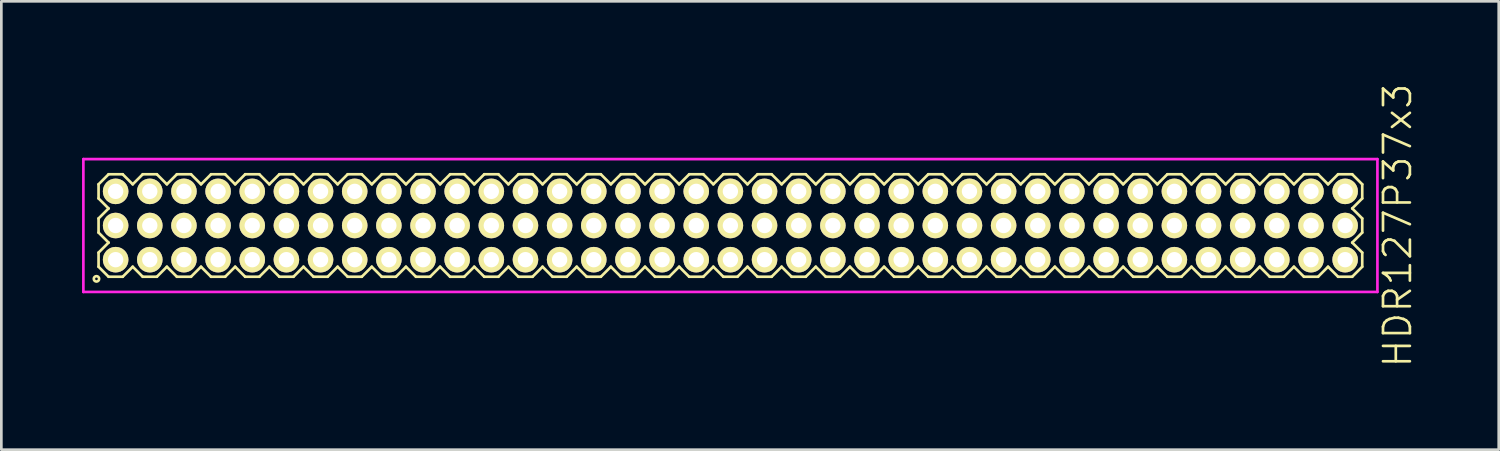
<source format=kicad_pcb>
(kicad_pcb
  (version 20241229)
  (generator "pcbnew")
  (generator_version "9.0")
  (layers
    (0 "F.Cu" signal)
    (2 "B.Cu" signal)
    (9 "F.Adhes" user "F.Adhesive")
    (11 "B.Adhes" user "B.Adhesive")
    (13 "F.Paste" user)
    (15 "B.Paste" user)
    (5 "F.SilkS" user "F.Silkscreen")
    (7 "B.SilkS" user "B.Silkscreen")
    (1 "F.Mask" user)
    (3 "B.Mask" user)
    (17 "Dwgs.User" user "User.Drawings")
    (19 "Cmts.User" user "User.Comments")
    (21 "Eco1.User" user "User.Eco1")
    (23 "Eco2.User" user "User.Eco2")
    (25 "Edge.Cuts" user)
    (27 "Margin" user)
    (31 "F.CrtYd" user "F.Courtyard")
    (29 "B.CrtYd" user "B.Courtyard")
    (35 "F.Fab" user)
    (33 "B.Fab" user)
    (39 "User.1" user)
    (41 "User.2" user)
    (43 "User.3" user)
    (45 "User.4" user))
  (footprint "HDR127P37x3"
    (layer "F.Cu")
    (at 24.11 5.336)
    (property "Reference" "HDR127P37x3" (at 24.81 0 90) (layer "F.SilkS") (effects (font (size 1 1) (thickness 0.1))))
    (attr through_hole)
    (fp_line (start -23.495 -1.533) (end -23.123 -1.905) (stroke (width 0.1) (type solid)) (layer "F.SilkS"))
    (fp_line (start -23.495 -1.007) (end -23.495 -1.533) (stroke (width 0.1) (type solid)) (layer "F.SilkS"))
    (fp_line (start -23.495 -0.263) (end -23.123 -0.635) (stroke (width 0.1) (type solid)) (layer "F.SilkS"))
    (fp_line (start -23.495 0.263) (end -23.495 -0.263) (stroke (width 0.1) (type solid)) (layer "F.SilkS"))
    (fp_line (start -23.495 1.007) (end -23.123 0.635) (stroke (width 0.1) (type solid)) (layer "F.SilkS"))
    (fp_line (start -23.495 1.533) (end -23.495 1.007) (stroke (width 0.1) (type solid)) (layer "F.SilkS"))
    (fp_line (start -23.123 -1.905) (end -22.597 -1.905) (stroke (width 0.1) (type solid)) (layer "F.SilkS"))
    (fp_line (start -23.123 -0.635) (end -23.495 -1.007) (stroke (width 0.1) (type solid)) (layer "F.SilkS"))
    (fp_line (start -23.123 0.635) (end -23.495 0.263) (stroke (width 0.1) (type solid)) (layer "F.SilkS"))
    (fp_line (start -23.123 1.905) (end -23.495 1.533) (stroke (width 0.1) (type solid)) (layer "F.SilkS"))
    (fp_line (start -22.597 -1.905) (end -22.225 -1.533) (stroke (width 0.1) (type solid)) (layer "F.SilkS"))
    (fp_line (start -22.597 1.905) (end -23.123 1.905) (stroke (width 0.1) (type solid)) (layer "F.SilkS"))
    (fp_line (start -22.225 -1.533) (end -21.853 -1.905) (stroke (width 0.1) (type solid)) (layer "F.SilkS"))
    (fp_line (start -22.225 1.533) (end -22.597 1.905) (stroke (width 0.1) (type solid)) (layer "F.SilkS"))
    (fp_line (start -21.853 -1.905) (end -21.327 -1.905) (stroke (width 0.1) (type solid)) (layer "F.SilkS"))
    (fp_line (start -21.853 1.905) (end -22.225 1.533) (stroke (width 0.1) (type solid)) (layer "F.SilkS"))
    (fp_line (start -21.327 -1.905) (end -20.955 -1.533) (stroke (width 0.1) (type solid)) (layer "F.SilkS"))
    (fp_line (start -21.327 1.905) (end -21.853 1.905) (stroke (width 0.1) (type solid)) (layer "F.SilkS"))
    (fp_line (start -20.955 -1.533) (end -20.583 -1.905) (stroke (width 0.1) (type solid)) (layer "F.SilkS"))
    (fp_line (start -20.955 1.533) (end -21.327 1.905) (stroke (width 0.1) (type solid)) (layer "F.SilkS"))
    (fp_line (start -20.583 -1.905) (end -20.057 -1.905) (stroke (width 0.1) (type solid)) (layer "F.SilkS"))
    (fp_line (start -20.583 1.905) (end -20.955 1.533) (stroke (width 0.1) (type solid)) (layer "F.SilkS"))
    (fp_line (start -20.057 -1.905) (end -19.685 -1.533) (stroke (width 0.1) (type solid)) (layer "F.SilkS"))
    (fp_line (start -20.057 1.905) (end -20.583 1.905) (stroke (width 0.1) (type solid)) (layer "F.SilkS"))
    (fp_line (start -19.685 -1.533) (end -19.313 -1.905) (stroke (width 0.1) (type solid)) (layer "F.SilkS"))
    (fp_line (start -19.685 1.533) (end -20.057 1.905) (stroke (width 0.1) (type solid)) (layer "F.SilkS"))
    (fp_line (start -19.313 -1.905) (end -18.787 -1.905) (stroke (width 0.1) (type solid)) (layer "F.SilkS"))
    (fp_line (start -19.313 1.905) (end -19.685 1.533) (stroke (width 0.1) (type solid)) (layer "F.SilkS"))
    (fp_line (start -18.787 -1.905) (end -18.415 -1.533) (stroke (width 0.1) (type solid)) (layer "F.SilkS"))
    (fp_line (start -18.787 1.905) (end -19.313 1.905) (stroke (width 0.1) (type solid)) (layer "F.SilkS"))
    (fp_line (start -18.415 -1.533) (end -18.043 -1.905) (stroke (width 0.1) (type solid)) (layer "F.SilkS"))
    (fp_line (start -18.415 1.533) (end -18.787 1.905) (stroke (width 0.1) (type solid)) (layer "F.SilkS"))
    (fp_line (start -18.043 -1.905) (end -17.517 -1.905) (stroke (width 0.1) (type solid)) (layer "F.SilkS"))
    (fp_line (start -18.043 1.905) (end -18.415 1.533) (stroke (width 0.1) (type solid)) (layer "F.SilkS"))
    (fp_line (start -17.517 -1.905) (end -17.145 -1.533) (stroke (width 0.1) (type solid)) (layer "F.SilkS"))
    (fp_line (start -17.517 1.905) (end -18.043 1.905) (stroke (width 0.1) (type solid)) (layer "F.SilkS"))
    (fp_line (start -17.145 -1.533) (end -16.773 -1.905) (stroke (width 0.1) (type solid)) (layer "F.SilkS"))
    (fp_line (start -17.145 1.533) (end -17.517 1.905) (stroke (width 0.1) (type solid)) (layer "F.SilkS"))
    (fp_line (start -16.773 -1.905) (end -16.247 -1.905) (stroke (width 0.1) (type solid)) (layer "F.SilkS"))
    (fp_line (start -16.773 1.905) (end -17.145 1.533) (stroke (width 0.1) (type solid)) (layer "F.SilkS"))
    (fp_line (start -16.247 -1.905) (end -15.875 -1.533) (stroke (width 0.1) (type solid)) (layer "F.SilkS"))
    (fp_line (start -16.247 1.905) (end -16.773 1.905) (stroke (width 0.1) (type solid)) (layer "F.SilkS"))
    (fp_line (start -15.875 -1.533) (end -15.503 -1.905) (stroke (width 0.1) (type solid)) (layer "F.SilkS"))
    (fp_line (start -15.875 1.533) (end -16.247 1.905) (stroke (width 0.1) (type solid)) (layer "F.SilkS"))
    (fp_line (start -15.503 -1.905) (end -14.977 -1.905) (stroke (width 0.1) (type solid)) (layer "F.SilkS"))
    (fp_line (start -15.503 1.905) (end -15.875 1.533) (stroke (width 0.1) (type solid)) (layer "F.SilkS"))
    (fp_line (start -14.977 -1.905) (end -14.605 -1.533) (stroke (width 0.1) (type solid)) (layer "F.SilkS"))
    (fp_line (start -14.977 1.905) (end -15.503 1.905) (stroke (width 0.1) (type solid)) (layer "F.SilkS"))
    (fp_line (start -14.605 -1.533) (end -14.233 -1.905) (stroke (width 0.1) (type solid)) (layer "F.SilkS"))
    (fp_line (start -14.605 1.533) (end -14.977 1.905) (stroke (width 0.1) (type solid)) (layer "F.SilkS"))
    (fp_line (start -14.233 -1.905) (end -13.707 -1.905) (stroke (width 0.1) (type solid)) (layer "F.SilkS"))
    (fp_line (start -14.233 1.905) (end -14.605 1.533) (stroke (width 0.1) (type solid)) (layer "F.SilkS"))
    (fp_line (start -13.707 -1.905) (end -13.335 -1.533) (stroke (width 0.1) (type solid)) (layer "F.SilkS"))
    (fp_line (start -13.707 1.905) (end -14.233 1.905) (stroke (width 0.1) (type solid)) (layer "F.SilkS"))
    (fp_line (start -13.335 -1.533) (end -12.963 -1.905) (stroke (width 0.1) (type solid)) (layer "F.SilkS"))
    (fp_line (start -13.335 1.533) (end -13.707 1.905) (stroke (width 0.1) (type solid)) (layer "F.SilkS"))
    (fp_line (start -12.963 -1.905) (end -12.437 -1.905) (stroke (width 0.1) (type solid)) (layer "F.SilkS"))
    (fp_line (start -12.963 1.905) (end -13.335 1.533) (stroke (width 0.1) (type solid)) (layer "F.SilkS"))
    (fp_line (start -12.437 -1.905) (end -12.065 -1.533) (stroke (width 0.1) (type solid)) (layer "F.SilkS"))
    (fp_line (start -12.437 1.905) (end -12.963 1.905) (stroke (width 0.1) (type solid)) (layer "F.SilkS"))
    (fp_line (start -12.065 -1.533) (end -11.693 -1.905) (stroke (width 0.1) (type solid)) (layer "F.SilkS"))
    (fp_line (start -12.065 1.533) (end -12.437 1.905) (stroke (width 0.1) (type solid)) (layer "F.SilkS"))
    (fp_line (start -11.693 -1.905) (end -11.167 -1.905) (stroke (width 0.1) (type solid)) (layer "F.SilkS"))
    (fp_line (start -11.693 1.905) (end -12.065 1.533) (stroke (width 0.1) (type solid)) (layer "F.SilkS"))
    (fp_line (start -11.167 -1.905) (end -10.795 -1.533) (stroke (width 0.1) (type solid)) (layer "F.SilkS"))
    (fp_line (start -11.167 1.905) (end -11.693 1.905) (stroke (width 0.1) (type solid)) (layer "F.SilkS"))
    (fp_line (start -10.795 -1.533) (end -10.423 -1.905) (stroke (width 0.1) (type solid)) (layer "F.SilkS"))
    (fp_line (start -10.795 1.533) (end -11.167 1.905) (stroke (width 0.1) (type solid)) (layer "F.SilkS"))
    (fp_line (start -10.423 -1.905) (end -9.897 -1.905) (stroke (width 0.1) (type solid)) (layer "F.SilkS"))
    (fp_line (start -10.423 1.905) (end -10.795 1.533) (stroke (width 0.1) (type solid)) (layer "F.SilkS"))
    (fp_line (start -9.897 -1.905) (end -9.525 -1.533) (stroke (width 0.1) (type solid)) (layer "F.SilkS"))
    (fp_line (start -9.897 1.905) (end -10.423 1.905) (stroke (width 0.1) (type solid)) (layer "F.SilkS"))
    (fp_line (start -9.525 -1.533) (end -9.153 -1.905) (stroke (width 0.1) (type solid)) (layer "F.SilkS"))
    (fp_line (start -9.525 1.533) (end -9.897 1.905) (stroke (width 0.1) (type solid)) (layer "F.SilkS"))
    (fp_line (start -9.153 -1.905) (end -8.627 -1.905) (stroke (width 0.1) (type solid)) (layer "F.SilkS"))
    (fp_line (start -9.153 1.905) (end -9.525 1.533) (stroke (width 0.1) (type solid)) (layer "F.SilkS"))
    (fp_line (start -8.627 -1.905) (end -8.255 -1.533) (stroke (width 0.1) (type solid)) (layer "F.SilkS"))
    (fp_line (start -8.627 1.905) (end -9.153 1.905) (stroke (width 0.1) (type solid)) (layer "F.SilkS"))
    (fp_line (start -8.255 -1.533) (end -7.883 -1.905) (stroke (width 0.1) (type solid)) (layer "F.SilkS"))
    (fp_line (start -8.255 1.533) (end -8.627 1.905) (stroke (width 0.1) (type solid)) (layer "F.SilkS"))
    (fp_line (start -7.883 -1.905) (end -7.357 -1.905) (stroke (width 0.1) (type solid)) (layer "F.SilkS"))
    (fp_line (start -7.883 1.905) (end -8.255 1.533) (stroke (width 0.1) (type solid)) (layer "F.SilkS"))
    (fp_line (start -7.357 -1.905) (end -6.985 -1.533) (stroke (width 0.1) (type solid)) (layer "F.SilkS"))
    (fp_line (start -7.357 1.905) (end -7.883 1.905) (stroke (width 0.1) (type solid)) (layer "F.SilkS"))
    (fp_line (start -6.985 -1.533) (end -6.613 -1.905) (stroke (width 0.1) (type solid)) (layer "F.SilkS"))
    (fp_line (start -6.985 1.533) (end -7.357 1.905) (stroke (width 0.1) (type solid)) (layer "F.SilkS"))
    (fp_line (start -6.613 -1.905) (end -6.087 -1.905) (stroke (width 0.1) (type solid)) (layer "F.SilkS"))
    (fp_line (start -6.613 1.905) (end -6.985 1.533) (stroke (width 0.1) (type solid)) (layer "F.SilkS"))
    (fp_line (start -6.087 -1.905) (end -5.715 -1.533) (stroke (width 0.1) (type solid)) (layer "F.SilkS"))
    (fp_line (start -6.087 1.905) (end -6.613 1.905) (stroke (width 0.1) (type solid)) (layer "F.SilkS"))
    (fp_line (start -5.715 -1.533) (end -5.343 -1.905) (stroke (width 0.1) (type solid)) (layer "F.SilkS"))
    (fp_line (start -5.715 1.533) (end -6.087 1.905) (stroke (width 0.1) (type solid)) (layer "F.SilkS"))
    (fp_line (start -5.343 -1.905) (end -4.817 -1.905) (stroke (width 0.1) (type solid)) (layer "F.SilkS"))
    (fp_line (start -5.343 1.905) (end -5.715 1.533) (stroke (width 0.1) (type solid)) (layer "F.SilkS"))
    (fp_line (start -4.817 -1.905) (end -4.445 -1.533) (stroke (width 0.1) (type solid)) (layer "F.SilkS"))
    (fp_line (start -4.817 1.905) (end -5.343 1.905) (stroke (width 0.1) (type solid)) (layer "F.SilkS"))
    (fp_line (start -4.445 -1.533) (end -4.073 -1.905) (stroke (width 0.1) (type solid)) (layer "F.SilkS"))
    (fp_line (start -4.445 1.533) (end -4.817 1.905) (stroke (width 0.1) (type solid)) (layer "F.SilkS"))
    (fp_line (start -4.073 -1.905) (end -3.547 -1.905) (stroke (width 0.1) (type solid)) (layer "F.SilkS"))
    (fp_line (start -4.073 1.905) (end -4.445 1.533) (stroke (width 0.1) (type solid)) (layer "F.SilkS"))
    (fp_line (start -3.547 -1.905) (end -3.175 -1.533) (stroke (width 0.1) (type solid)) (layer "F.SilkS"))
    (fp_line (start -3.547 1.905) (end -4.073 1.905) (stroke (width 0.1) (type solid)) (layer "F.SilkS"))
    (fp_line (start -3.175 -1.533) (end -2.803 -1.905) (stroke (width 0.1) (type solid)) (layer "F.SilkS"))
    (fp_line (start -3.175 1.533) (end -3.547 1.905) (stroke (width 0.1) (type solid)) (layer "F.SilkS"))
    (fp_line (start -2.803 -1.905) (end -2.277 -1.905) (stroke (width 0.1) (type solid)) (layer "F.SilkS"))
    (fp_line (start -2.803 1.905) (end -3.175 1.533) (stroke (width 0.1) (type solid)) (layer "F.SilkS"))
    (fp_line (start -2.277 -1.905) (end -1.905 -1.533) (stroke (width 0.1) (type solid)) (layer "F.SilkS"))
    (fp_line (start -2.277 1.905) (end -2.803 1.905) (stroke (width 0.1) (type solid)) (layer "F.SilkS"))
    (fp_line (start -1.905 -1.533) (end -1.533 -1.905) (stroke (width 0.1) (type solid)) (layer "F.SilkS"))
    (fp_line (start -1.905 1.533) (end -2.277 1.905) (stroke (width 0.1) (type solid)) (layer "F.SilkS"))
    (fp_line (start -1.533 -1.905) (end -1.007 -1.905) (stroke (width 0.1) (type solid)) (layer "F.SilkS"))
    (fp_line (start -1.533 1.905) (end -1.905 1.533) (stroke (width 0.1) (type solid)) (layer "F.SilkS"))
    (fp_line (start -1.007 -1.905) (end -0.635 -1.533) (stroke (width 0.1) (type solid)) (layer "F.SilkS"))
    (fp_line (start -1.007 1.905) (end -1.533 1.905) (stroke (width 0.1) (type solid)) (layer "F.SilkS"))
    (fp_line (start -0.635 -1.533) (end -0.263 -1.905) (stroke (width 0.1) (type solid)) (layer "F.SilkS"))
    (fp_line (start -0.635 1.533) (end -1.007 1.905) (stroke (width 0.1) (type solid)) (layer "F.SilkS"))
    (fp_line (start -0.263 -1.905) (end 0.263 -1.905) (stroke (width 0.1) (type solid)) (layer "F.SilkS"))
    (fp_line (start -0.263 1.905) (end -0.635 1.533) (stroke (width 0.1) (type solid)) (layer "F.SilkS"))
    (fp_line (start 0.263 -1.905) (end 0.635 -1.533) (stroke (width 0.1) (type solid)) (layer "F.SilkS"))
    (fp_line (start 0.263 1.905) (end -0.263 1.905) (stroke (width 0.1) (type solid)) (layer "F.SilkS"))
    (fp_line (start 0.635 -1.533) (end 1.007 -1.905) (stroke (width 0.1) (type solid)) (layer "F.SilkS"))
    (fp_line (start 0.635 1.533) (end 0.263 1.905) (stroke (width 0.1) (type solid)) (layer "F.SilkS"))
    (fp_line (start 1.007 -1.905) (end 1.533 -1.905) (stroke (width 0.1) (type solid)) (layer "F.SilkS"))
    (fp_line (start 1.007 1.905) (end 0.635 1.533) (stroke (width 0.1) (type solid)) (layer "F.SilkS"))
    (fp_line (start 1.533 -1.905) (end 1.905 -1.533) (stroke (width 0.1) (type solid)) (layer "F.SilkS"))
    (fp_line (start 1.533 1.905) (end 1.007 1.905) (stroke (width 0.1) (type solid)) (layer "F.SilkS"))
    (fp_line (start 1.905 -1.533) (end 2.277 -1.905) (stroke (width 0.1) (type solid)) (layer "F.SilkS"))
    (fp_line (start 1.905 1.533) (end 1.533 1.905) (stroke (width 0.1) (type solid)) (layer "F.SilkS"))
    (fp_line (start 2.277 -1.905) (end 2.803 -1.905) (stroke (width 0.1) (type solid)) (layer "F.SilkS"))
    (fp_line (start 2.277 1.905) (end 1.905 1.533) (stroke (width 0.1) (type solid)) (layer "F.SilkS"))
    (fp_line (start 2.803 -1.905) (end 3.175 -1.533) (stroke (width 0.1) (type solid)) (layer "F.SilkS"))
    (fp_line (start 2.803 1.905) (end 2.277 1.905) (stroke (width 0.1) (type solid)) (layer "F.SilkS"))
    (fp_line (start 3.175 -1.533) (end 3.547 -1.905) (stroke (width 0.1) (type solid)) (layer "F.SilkS"))
    (fp_line (start 3.175 1.533) (end 2.803 1.905) (stroke (width 0.1) (type solid)) (layer "F.SilkS"))
    (fp_line (start 3.547 -1.905) (end 4.073 -1.905) (stroke (width 0.1) (type solid)) (layer "F.SilkS"))
    (fp_line (start 3.547 1.905) (end 3.175 1.533) (stroke (width 0.1) (type solid)) (layer "F.SilkS"))
    (fp_line (start 4.073 -1.905) (end 4.445 -1.533) (stroke (width 0.1) (type solid)) (layer "F.SilkS"))
    (fp_line (start 4.073 1.905) (end 3.547 1.905) (stroke (width 0.1) (type solid)) (layer "F.SilkS"))
    (fp_line (start 4.445 -1.533) (end 4.817 -1.905) (stroke (width 0.1) (type solid)) (layer "F.SilkS"))
    (fp_line (start 4.445 1.533) (end 4.073 1.905) (stroke (width 0.1) (type solid)) (layer "F.SilkS"))
    (fp_line (start 4.817 -1.905) (end 5.343 -1.905) (stroke (width 0.1) (type solid)) (layer "F.SilkS"))
    (fp_line (start 4.817 1.905) (end 4.445 1.533) (stroke (width 0.1) (type solid)) (layer "F.SilkS"))
    (fp_line (start 5.343 -1.905) (end 5.715 -1.533) (stroke (width 0.1) (type solid)) (layer "F.SilkS"))
    (fp_line (start 5.343 1.905) (end 4.817 1.905) (stroke (width 0.1) (type solid)) (layer "F.SilkS"))
    (fp_line (start 5.715 -1.533) (end 6.087 -1.905) (stroke (width 0.1) (type solid)) (layer "F.SilkS"))
    (fp_line (start 5.715 1.533) (end 5.343 1.905) (stroke (width 0.1) (type solid)) (layer "F.SilkS"))
    (fp_line (start 6.087 -1.905) (end 6.613 -1.905) (stroke (width 0.1) (type solid)) (layer "F.SilkS"))
    (fp_line (start 6.087 1.905) (end 5.715 1.533) (stroke (width 0.1) (type solid)) (layer "F.SilkS"))
    (fp_line (start 6.613 -1.905) (end 6.985 -1.533) (stroke (width 0.1) (type solid)) (layer "F.SilkS"))
    (fp_line (start 6.613 1.905) (end 6.087 1.905) (stroke (width 0.1) (type solid)) (layer "F.SilkS"))
    (fp_line (start 6.985 -1.533) (end 7.357 -1.905) (stroke (width 0.1) (type solid)) (layer "F.SilkS"))
    (fp_line (start 6.985 1.533) (end 6.613 1.905) (stroke (width 0.1) (type solid)) (layer "F.SilkS"))
    (fp_line (start 7.357 -1.905) (end 7.883 -1.905) (stroke (width 0.1) (type solid)) (layer "F.SilkS"))
    (fp_line (start 7.357 1.905) (end 6.985 1.533) (stroke (width 0.1) (type solid)) (layer "F.SilkS"))
    (fp_line (start 7.883 -1.905) (end 8.255 -1.533) (stroke (width 0.1) (type solid)) (layer "F.SilkS"))
    (fp_line (start 7.883 1.905) (end 7.357 1.905) (stroke (width 0.1) (type solid)) (layer "F.SilkS"))
    (fp_line (start 8.255 -1.533) (end 8.627 -1.905) (stroke (width 0.1) (type solid)) (layer "F.SilkS"))
    (fp_line (start 8.255 1.533) (end 7.883 1.905) (stroke (width 0.1) (type solid)) (layer "F.SilkS"))
    (fp_line (start 8.627 -1.905) (end 9.153 -1.905) (stroke (width 0.1) (type solid)) (layer "F.SilkS"))
    (fp_line (start 8.627 1.905) (end 8.255 1.533) (stroke (width 0.1) (type solid)) (layer "F.SilkS"))
    (fp_line (start 9.153 -1.905) (end 9.525 -1.533) (stroke (width 0.1) (type solid)) (layer "F.SilkS"))
    (fp_line (start 9.153 1.905) (end 8.627 1.905) (stroke (width 0.1) (type solid)) (layer "F.SilkS"))
    (fp_line (start 9.525 -1.533) (end 9.897 -1.905) (stroke (width 0.1) (type solid)) (layer "F.SilkS"))
    (fp_line (start 9.525 1.533) (end 9.153 1.905) (stroke (width 0.1) (type solid)) (layer "F.SilkS"))
    (fp_line (start 9.897 -1.905) (end 10.423 -1.905) (stroke (width 0.1) (type solid)) (layer "F.SilkS"))
    (fp_line (start 9.897 1.905) (end 9.525 1.533) (stroke (width 0.1) (type solid)) (layer "F.SilkS"))
    (fp_line (start 10.423 -1.905) (end 10.795 -1.533) (stroke (width 0.1) (type solid)) (layer "F.SilkS"))
    (fp_line (start 10.423 1.905) (end 9.897 1.905) (stroke (width 0.1) (type solid)) (layer "F.SilkS"))
    (fp_line (start 10.795 -1.533) (end 11.167 -1.905) (stroke (width 0.1) (type solid)) (layer "F.SilkS"))
    (fp_line (start 10.795 1.533) (end 10.423 1.905) (stroke (width 0.1) (type solid)) (layer "F.SilkS"))
    (fp_line (start 11.167 -1.905) (end 11.693 -1.905) (stroke (width 0.1) (type solid)) (layer "F.SilkS"))
    (fp_line (start 11.167 1.905) (end 10.795 1.533) (stroke (width 0.1) (type solid)) (layer "F.SilkS"))
    (fp_line (start 11.693 -1.905) (end 12.065 -1.533) (stroke (width 0.1) (type solid)) (layer "F.SilkS"))
    (fp_line (start 11.693 1.905) (end 11.167 1.905) (stroke (width 0.1) (type solid)) (layer "F.SilkS"))
    (fp_line (start 12.065 -1.533) (end 12.437 -1.905) (stroke (width 0.1) (type solid)) (layer "F.SilkS"))
    (fp_line (start 12.065 1.533) (end 11.693 1.905) (stroke (width 0.1) (type solid)) (layer "F.SilkS"))
    (fp_line (start 12.437 -1.905) (end 12.963 -1.905) (stroke (width 0.1) (type solid)) (layer "F.SilkS"))
    (fp_line (start 12.437 1.905) (end 12.065 1.533) (stroke (width 0.1) (type solid)) (layer "F.SilkS"))
    (fp_line (start 12.963 -1.905) (end 13.335 -1.533) (stroke (width 0.1) (type solid)) (layer "F.SilkS"))
    (fp_line (start 12.963 1.905) (end 12.437 1.905) (stroke (width 0.1) (type solid)) (layer "F.SilkS"))
    (fp_line (start 13.335 -1.533) (end 13.707 -1.905) (stroke (width 0.1) (type solid)) (layer "F.SilkS"))
    (fp_line (start 13.335 1.533) (end 12.963 1.905) (stroke (width 0.1) (type solid)) (layer "F.SilkS"))
    (fp_line (start 13.707 -1.905) (end 14.233 -1.905) (stroke (width 0.1) (type solid)) (layer "F.SilkS"))
    (fp_line (start 13.707 1.905) (end 13.335 1.533) (stroke (width 0.1) (type solid)) (layer "F.SilkS"))
    (fp_line (start 14.233 -1.905) (end 14.605 -1.533) (stroke (width 0.1) (type solid)) (layer "F.SilkS"))
    (fp_line (start 14.233 1.905) (end 13.707 1.905) (stroke (width 0.1) (type solid)) (layer "F.SilkS"))
    (fp_line (start 14.605 -1.533) (end 14.977 -1.905) (stroke (width 0.1) (type solid)) (layer "F.SilkS"))
    (fp_line (start 14.605 1.533) (end 14.233 1.905) (stroke (width 0.1) (type solid)) (layer "F.SilkS"))
    (fp_line (start 14.977 -1.905) (end 15.503 -1.905) (stroke (width 0.1) (type solid)) (layer "F.SilkS"))
    (fp_line (start 14.977 1.905) (end 14.605 1.533) (stroke (width 0.1) (type solid)) (layer "F.SilkS"))
    (fp_line (start 15.503 -1.905) (end 15.875 -1.533) (stroke (width 0.1) (type solid)) (layer "F.SilkS"))
    (fp_line (start 15.503 1.905) (end 14.977 1.905) (stroke (width 0.1) (type solid)) (layer "F.SilkS"))
    (fp_line (start 15.875 -1.533) (end 16.247 -1.905) (stroke (width 0.1) (type solid)) (layer "F.SilkS"))
    (fp_line (start 15.875 1.533) (end 15.503 1.905) (stroke (width 0.1) (type solid)) (layer "F.SilkS"))
    (fp_line (start 16.247 -1.905) (end 16.773 -1.905) (stroke (width 0.1) (type solid)) (layer "F.SilkS"))
    (fp_line (start 16.247 1.905) (end 15.875 1.533) (stroke (width 0.1) (type solid)) (layer "F.SilkS"))
    (fp_line (start 16.773 -1.905) (end 17.145 -1.533) (stroke (width 0.1) (type solid)) (layer "F.SilkS"))
    (fp_line (start 16.773 1.905) (end 16.247 1.905) (stroke (width 0.1) (type solid)) (layer "F.SilkS"))
    (fp_line (start 17.145 -1.533) (end 17.517 -1.905) (stroke (width 0.1) (type solid)) (layer "F.SilkS"))
    (fp_line (start 17.145 1.533) (end 16.773 1.905) (stroke (width 0.1) (type solid)) (layer "F.SilkS"))
    (fp_line (start 17.517 -1.905) (end 18.043 -1.905) (stroke (width 0.1) (type solid)) (layer "F.SilkS"))
    (fp_line (start 17.517 1.905) (end 17.145 1.533) (stroke (width 0.1) (type solid)) (layer "F.SilkS"))
    (fp_line (start 18.043 -1.905) (end 18.415 -1.533) (stroke (width 0.1) (type solid)) (layer "F.SilkS"))
    (fp_line (start 18.043 1.905) (end 17.517 1.905) (stroke (width 0.1) (type solid)) (layer "F.SilkS"))
    (fp_line (start 18.415 -1.533) (end 18.787 -1.905) (stroke (width 0.1) (type solid)) (layer "F.SilkS"))
    (fp_line (start 18.415 1.533) (end 18.043 1.905) (stroke (width 0.1) (type solid)) (layer "F.SilkS"))
    (fp_line (start 18.787 -1.905) (end 19.313 -1.905) (stroke (width 0.1) (type solid)) (layer "F.SilkS"))
    (fp_line (start 18.787 1.905) (end 18.415 1.533) (stroke (width 0.1) (type solid)) (layer "F.SilkS"))
    (fp_line (start 19.313 -1.905) (end 19.685 -1.533) (stroke (width 0.1) (type solid)) (layer "F.SilkS"))
    (fp_line (start 19.313 1.905) (end 18.787 1.905) (stroke (width 0.1) (type solid)) (layer "F.SilkS"))
    (fp_line (start 19.685 -1.533) (end 20.057 -1.905) (stroke (width 0.1) (type solid)) (layer "F.SilkS"))
    (fp_line (start 19.685 1.533) (end 19.313 1.905) (stroke (width 0.1) (type solid)) (layer "F.SilkS"))
    (fp_line (start 20.057 -1.905) (end 20.583 -1.905) (stroke (width 0.1) (type solid)) (layer "F.SilkS"))
    (fp_line (start 20.057 1.905) (end 19.685 1.533) (stroke (width 0.1) (type solid)) (layer "F.SilkS"))
    (fp_line (start 20.583 -1.905) (end 20.955 -1.533) (stroke (width 0.1) (type solid)) (layer "F.SilkS"))
    (fp_line (start 20.583 1.905) (end 20.057 1.905) (stroke (width 0.1) (type solid)) (layer "F.SilkS"))
    (fp_line (start 20.955 -1.533) (end 21.327 -1.905) (stroke (width 0.1) (type solid)) (layer "F.SilkS"))
    (fp_line (start 20.955 1.533) (end 20.583 1.905) (stroke (width 0.1) (type solid)) (layer "F.SilkS"))
    (fp_line (start 21.327 -1.905) (end 21.853 -1.905) (stroke (width 0.1) (type solid)) (layer "F.SilkS"))
    (fp_line (start 21.327 1.905) (end 20.955 1.533) (stroke (width 0.1) (type solid)) (layer "F.SilkS"))
    (fp_line (start 21.853 -1.905) (end 22.225 -1.533) (stroke (width 0.1) (type solid)) (layer "F.SilkS"))
    (fp_line (start 21.853 1.905) (end 21.327 1.905) (stroke (width 0.1) (type solid)) (layer "F.SilkS"))
    (fp_line (start 22.225 -1.533) (end 22.597 -1.905) (stroke (width 0.1) (type solid)) (layer "F.SilkS"))
    (fp_line (start 22.225 1.533) (end 21.853 1.905) (stroke (width 0.1) (type solid)) (layer "F.SilkS"))
    (fp_line (start 22.597 -1.905) (end 23.123 -1.905) (stroke (width 0.1) (type solid)) (layer "F.SilkS"))
    (fp_line (start 22.597 1.905) (end 22.225 1.533) (stroke (width 0.1) (type solid)) (layer "F.SilkS"))
    (fp_line (start 23.123 -1.905) (end 23.495 -1.533) (stroke (width 0.1) (type solid)) (layer "F.SilkS"))
    (fp_line (start 23.123 -0.635) (end 23.495 -0.263) (stroke (width 0.1) (type solid)) (layer "F.SilkS"))
    (fp_line (start 23.123 0.635) (end 23.495 1.007) (stroke (width 0.1) (type solid)) (layer "F.SilkS"))
    (fp_line (start 23.123 1.905) (end 22.597 1.905) (stroke (width 0.1) (type solid)) (layer "F.SilkS"))
    (fp_line (start 23.495 -1.533) (end 23.495 -1.007) (stroke (width 0.1) (type solid)) (layer "F.SilkS"))
    (fp_line (start 23.495 -1.007) (end 23.123 -0.635) (stroke (width 0.1) (type solid)) (layer "F.SilkS"))
    (fp_line (start 23.495 -0.263) (end 23.495 0.263) (stroke (width 0.1) (type solid)) (layer "F.SilkS"))
    (fp_line (start 23.495 0.263) (end 23.123 0.635) (stroke (width 0.1) (type solid)) (layer "F.SilkS"))
    (fp_line (start 23.495 1.007) (end 23.495 1.533) (stroke (width 0.1) (type solid)) (layer "F.SilkS"))
    (fp_line (start 23.495 1.533) (end 23.123 1.905) (stroke (width 0.1) (type solid)) (layer "F.SilkS"))
    (fp_circle (center -23.573 1.983) (end -23.473 1.983) (stroke (width 0.1) (type solid)) (fill no) (layer "F.SilkS"))
    (fp_line (start -24.06 -2.47) (end -24.06 2.47) (stroke (width 0.1) (type solid)) (layer "F.CrtYd"))
    (fp_line (start -24.06 2.47) (end 24.06 2.47) (stroke (width 0.1) (type solid)) (layer "F.CrtYd"))
    (fp_line (start 24.06 -2.47) (end -24.06 -2.47) (stroke (width 0.1) (type solid)) (layer "F.CrtYd"))
    (fp_line (start 24.06 2.47) (end 24.06 -2.47) (stroke (width 0.1) (type solid)) (layer "F.CrtYd"))
    (pad "1" thru_hole oval (at -22.86 1.27) (size 0.95 0.95) (drill 0.57) (layers "*.Cu" "*.Mask" "F.SilkS"))
    (pad "2" thru_hole oval (at -22.86 0) (size 0.95 0.95) (drill 0.57) (layers "*.Cu" "*.Mask" "F.SilkS"))
    (pad "3" thru_hole oval (at -22.86 -1.27) (size 0.95 0.95) (drill 0.57) (layers "*.Cu" "*.Mask" "F.SilkS"))
    (pad "4" thru_hole oval (at -21.59 1.27) (size 0.95 0.95) (drill 0.57) (layers "*.Cu" "*.Mask" "F.SilkS"))
    (pad "5" thru_hole oval (at -21.59 0) (size 0.95 0.95) (drill 0.57) (layers "*.Cu" "*.Mask" "F.SilkS"))
    (pad "6" thru_hole oval (at -21.59 -1.27) (size 0.95 0.95) (drill 0.57) (layers "*.Cu" "*.Mask" "F.SilkS"))
    (pad "7" thru_hole oval (at -20.32 1.27) (size 0.95 0.95) (drill 0.57) (layers "*.Cu" "*.Mask" "F.SilkS"))
    (pad "8" thru_hole oval (at -20.32 0) (size 0.95 0.95) (drill 0.57) (layers "*.Cu" "*.Mask" "F.SilkS"))
    (pad "9" thru_hole oval (at -20.32 -1.27) (size 0.95 0.95) (drill 0.57) (layers "*.Cu" "*.Mask" "F.SilkS"))
    (pad "10" thru_hole oval (at -19.05 1.27) (size 0.95 0.95) (drill 0.57) (layers "*.Cu" "*.Mask" "F.SilkS"))
    (pad "11" thru_hole oval (at -19.05 0) (size 0.95 0.95) (drill 0.57) (layers "*.Cu" "*.Mask" "F.SilkS"))
    (pad "12" thru_hole oval (at -19.05 -1.27) (size 0.95 0.95) (drill 0.57) (layers "*.Cu" "*.Mask" "F.SilkS"))
    (pad "13" thru_hole oval (at -17.78 1.27) (size 0.95 0.95) (drill 0.57) (layers "*.Cu" "*.Mask" "F.SilkS"))
    (pad "14" thru_hole oval (at -17.78 0) (size 0.95 0.95) (drill 0.57) (layers "*.Cu" "*.Mask" "F.SilkS"))
    (pad "15" thru_hole oval (at -17.78 -1.27) (size 0.95 0.95) (drill 0.57) (layers "*.Cu" "*.Mask" "F.SilkS"))
    (pad "16" thru_hole oval (at -16.51 1.27) (size 0.95 0.95) (drill 0.57) (layers "*.Cu" "*.Mask" "F.SilkS"))
    (pad "17" thru_hole oval (at -16.51 0) (size 0.95 0.95) (drill 0.57) (layers "*.Cu" "*.Mask" "F.SilkS"))
    (pad "18" thru_hole oval (at -16.51 -1.27) (size 0.95 0.95) (drill 0.57) (layers "*.Cu" "*.Mask" "F.SilkS"))
    (pad "19" thru_hole oval (at -15.24 1.27) (size 0.95 0.95) (drill 0.57) (layers "*.Cu" "*.Mask" "F.SilkS"))
    (pad "20" thru_hole oval (at -15.24 0) (size 0.95 0.95) (drill 0.57) (layers "*.Cu" "*.Mask" "F.SilkS"))
    (pad "21" thru_hole oval (at -15.24 -1.27) (size 0.95 0.95) (drill 0.57) (layers "*.Cu" "*.Mask" "F.SilkS"))
    (pad "22" thru_hole oval (at -13.97 1.27) (size 0.95 0.95) (drill 0.57) (layers "*.Cu" "*.Mask" "F.SilkS"))
    (pad "23" thru_hole oval (at -13.97 0) (size 0.95 0.95) (drill 0.57) (layers "*.Cu" "*.Mask" "F.SilkS"))
    (pad "24" thru_hole oval (at -13.97 -1.27) (size 0.95 0.95) (drill 0.57) (layers "*.Cu" "*.Mask" "F.SilkS"))
    (pad "25" thru_hole oval (at -12.7 1.27) (size 0.95 0.95) (drill 0.57) (layers "*.Cu" "*.Mask" "F.SilkS"))
    (pad "26" thru_hole oval (at -12.7 0) (size 0.95 0.95) (drill 0.57) (layers "*.Cu" "*.Mask" "F.SilkS"))
    (pad "27" thru_hole oval (at -12.7 -1.27) (size 0.95 0.95) (drill 0.57) (layers "*.Cu" "*.Mask" "F.SilkS"))
    (pad "28" thru_hole oval (at -11.43 1.27) (size 0.95 0.95) (drill 0.57) (layers "*.Cu" "*.Mask" "F.SilkS"))
    (pad "29" thru_hole oval (at -11.43 0) (size 0.95 0.95) (drill 0.57) (layers "*.Cu" "*.Mask" "F.SilkS"))
    (pad "30" thru_hole oval (at -11.43 -1.27) (size 0.95 0.95) (drill 0.57) (layers "*.Cu" "*.Mask" "F.SilkS"))
    (pad "31" thru_hole oval (at -10.16 1.27) (size 0.95 0.95) (drill 0.57) (layers "*.Cu" "*.Mask" "F.SilkS"))
    (pad "32" thru_hole oval (at -10.16 0) (size 0.95 0.95) (drill 0.57) (layers "*.Cu" "*.Mask" "F.SilkS"))
    (pad "33" thru_hole oval (at -10.16 -1.27) (size 0.95 0.95) (drill 0.57) (layers "*.Cu" "*.Mask" "F.SilkS"))
    (pad "34" thru_hole oval (at -8.89 1.27) (size 0.95 0.95) (drill 0.57) (layers "*.Cu" "*.Mask" "F.SilkS"))
    (pad "35" thru_hole oval (at -8.89 0) (size 0.95 0.95) (drill 0.57) (layers "*.Cu" "*.Mask" "F.SilkS"))
    (pad "36" thru_hole oval (at -8.89 -1.27) (size 0.95 0.95) (drill 0.57) (layers "*.Cu" "*.Mask" "F.SilkS"))
    (pad "37" thru_hole oval (at -7.62 1.27) (size 0.95 0.95) (drill 0.57) (layers "*.Cu" "*.Mask" "F.SilkS"))
    (pad "38" thru_hole oval (at -7.62 0) (size 0.95 0.95) (drill 0.57) (layers "*.Cu" "*.Mask" "F.SilkS"))
    (pad "39" thru_hole oval (at -7.62 -1.27) (size 0.95 0.95) (drill 0.57) (layers "*.Cu" "*.Mask" "F.SilkS"))
    (pad "40" thru_hole oval (at -6.35 1.27) (size 0.95 0.95) (drill 0.57) (layers "*.Cu" "*.Mask" "F.SilkS"))
    (pad "41" thru_hole oval (at -6.35 0) (size 0.95 0.95) (drill 0.57) (layers "*.Cu" "*.Mask" "F.SilkS"))
    (pad "42" thru_hole oval (at -6.35 -1.27) (size 0.95 0.95) (drill 0.57) (layers "*.Cu" "*.Mask" "F.SilkS"))
    (pad "43" thru_hole oval (at -5.08 1.27) (size 0.95 0.95) (drill 0.57) (layers "*.Cu" "*.Mask" "F.SilkS"))
    (pad "44" thru_hole oval (at -5.08 0) (size 0.95 0.95) (drill 0.57) (layers "*.Cu" "*.Mask" "F.SilkS"))
    (pad "45" thru_hole oval (at -5.08 -1.27) (size 0.95 0.95) (drill 0.57) (layers "*.Cu" "*.Mask" "F.SilkS"))
    (pad "46" thru_hole oval (at -3.81 1.27) (size 0.95 0.95) (drill 0.57) (layers "*.Cu" "*.Mask" "F.SilkS"))
    (pad "47" thru_hole oval (at -3.81 0) (size 0.95 0.95) (drill 0.57) (layers "*.Cu" "*.Mask" "F.SilkS"))
    (pad "48" thru_hole oval (at -3.81 -1.27) (size 0.95 0.95) (drill 0.57) (layers "*.Cu" "*.Mask" "F.SilkS"))
    (pad "49" thru_hole oval (at -2.54 1.27) (size 0.95 0.95) (drill 0.57) (layers "*.Cu" "*.Mask" "F.SilkS"))
    (pad "50" thru_hole oval (at -2.54 0) (size 0.95 0.95) (drill 0.57) (layers "*.Cu" "*.Mask" "F.SilkS"))
    (pad "51" thru_hole oval (at -2.54 -1.27) (size 0.95 0.95) (drill 0.57) (layers "*.Cu" "*.Mask" "F.SilkS"))
    (pad "52" thru_hole oval (at -1.27 1.27) (size 0.95 0.95) (drill 0.57) (layers "*.Cu" "*.Mask" "F.SilkS"))
    (pad "53" thru_hole oval (at -1.27 0) (size 0.95 0.95) (drill 0.57) (layers "*.Cu" "*.Mask" "F.SilkS"))
    (pad "54" thru_hole oval (at -1.27 -1.27) (size 0.95 0.95) (drill 0.57) (layers "*.Cu" "*.Mask" "F.SilkS"))
    (pad "55" thru_hole oval (at 0 1.27) (size 0.95 0.95) (drill 0.57) (layers "*.Cu" "*.Mask" "F.SilkS"))
    (pad "56" thru_hole oval (at 0 0) (size 0.95 0.95) (drill 0.57) (layers "*.Cu" "*.Mask" "F.SilkS"))
    (pad "57" thru_hole oval (at 0 -1.27) (size 0.95 0.95) (drill 0.57) (layers "*.Cu" "*.Mask" "F.SilkS"))
    (pad "58" thru_hole oval (at 1.27 1.27) (size 0.95 0.95) (drill 0.57) (layers "*.Cu" "*.Mask" "F.SilkS"))
    (pad "59" thru_hole oval (at 1.27 0) (size 0.95 0.95) (drill 0.57) (layers "*.Cu" "*.Mask" "F.SilkS"))
    (pad "60" thru_hole oval (at 1.27 -1.27) (size 0.95 0.95) (drill 0.57) (layers "*.Cu" "*.Mask" "F.SilkS"))
    (pad "61" thru_hole oval (at 2.54 1.27) (size 0.95 0.95) (drill 0.57) (layers "*.Cu" "*.Mask" "F.SilkS"))
    (pad "62" thru_hole oval (at 2.54 0) (size 0.95 0.95) (drill 0.57) (layers "*.Cu" "*.Mask" "F.SilkS"))
    (pad "63" thru_hole oval (at 2.54 -1.27) (size 0.95 0.95) (drill 0.57) (layers "*.Cu" "*.Mask" "F.SilkS"))
    (pad "64" thru_hole oval (at 3.81 1.27) (size 0.95 0.95) (drill 0.57) (layers "*.Cu" "*.Mask" "F.SilkS"))
    (pad "65" thru_hole oval (at 3.81 0) (size 0.95 0.95) (drill 0.57) (layers "*.Cu" "*.Mask" "F.SilkS"))
    (pad "66" thru_hole oval (at 3.81 -1.27) (size 0.95 0.95) (drill 0.57) (layers "*.Cu" "*.Mask" "F.SilkS"))
    (pad "67" thru_hole oval (at 5.08 1.27) (size 0.95 0.95) (drill 0.57) (layers "*.Cu" "*.Mask" "F.SilkS"))
    (pad "68" thru_hole oval (at 5.08 0) (size 0.95 0.95) (drill 0.57) (layers "*.Cu" "*.Mask" "F.SilkS"))
    (pad "69" thru_hole oval (at 5.08 -1.27) (size 0.95 0.95) (drill 0.57) (layers "*.Cu" "*.Mask" "F.SilkS"))
    (pad "70" thru_hole oval (at 6.35 1.27) (size 0.95 0.95) (drill 0.57) (layers "*.Cu" "*.Mask" "F.SilkS"))
    (pad "71" thru_hole oval (at 6.35 0) (size 0.95 0.95) (drill 0.57) (layers "*.Cu" "*.Mask" "F.SilkS"))
    (pad "72" thru_hole oval (at 6.35 -1.27) (size 0.95 0.95) (drill 0.57) (layers "*.Cu" "*.Mask" "F.SilkS"))
    (pad "73" thru_hole oval (at 7.62 1.27) (size 0.95 0.95) (drill 0.57) (layers "*.Cu" "*.Mask" "F.SilkS"))
    (pad "74" thru_hole oval (at 7.62 0) (size 0.95 0.95) (drill 0.57) (layers "*.Cu" "*.Mask" "F.SilkS"))
    (pad "75" thru_hole oval (at 7.62 -1.27) (size 0.95 0.95) (drill 0.57) (layers "*.Cu" "*.Mask" "F.SilkS"))
    (pad "76" thru_hole oval (at 8.89 1.27) (size 0.95 0.95) (drill 0.57) (layers "*.Cu" "*.Mask" "F.SilkS"))
    (pad "77" thru_hole oval (at 8.89 0) (size 0.95 0.95) (drill 0.57) (layers "*.Cu" "*.Mask" "F.SilkS"))
    (pad "78" thru_hole oval (at 8.89 -1.27) (size 0.95 0.95) (drill 0.57) (layers "*.Cu" "*.Mask" "F.SilkS"))
    (pad "79" thru_hole oval (at 10.16 1.27) (size 0.95 0.95) (drill 0.57) (layers "*.Cu" "*.Mask" "F.SilkS"))
    (pad "80" thru_hole oval (at 10.16 0) (size 0.95 0.95) (drill 0.57) (layers "*.Cu" "*.Mask" "F.SilkS"))
    (pad "81" thru_hole oval (at 10.16 -1.27) (size 0.95 0.95) (drill 0.57) (layers "*.Cu" "*.Mask" "F.SilkS"))
    (pad "82" thru_hole oval (at 11.43 1.27) (size 0.95 0.95) (drill 0.57) (layers "*.Cu" "*.Mask" "F.SilkS"))
    (pad "83" thru_hole oval (at 11.43 0) (size 0.95 0.95) (drill 0.57) (layers "*.Cu" "*.Mask" "F.SilkS"))
    (pad "84" thru_hole oval (at 11.43 -1.27) (size 0.95 0.95) (drill 0.57) (layers "*.Cu" "*.Mask" "F.SilkS"))
    (pad "85" thru_hole oval (at 12.7 1.27) (size 0.95 0.95) (drill 0.57) (layers "*.Cu" "*.Mask" "F.SilkS"))
    (pad "86" thru_hole oval (at 12.7 0) (size 0.95 0.95) (drill 0.57) (layers "*.Cu" "*.Mask" "F.SilkS"))
    (pad "87" thru_hole oval (at 12.7 -1.27) (size 0.95 0.95) (drill 0.57) (layers "*.Cu" "*.Mask" "F.SilkS"))
    (pad "88" thru_hole oval (at 13.97 1.27) (size 0.95 0.95) (drill 0.57) (layers "*.Cu" "*.Mask" "F.SilkS"))
    (pad "89" thru_hole oval (at 13.97 0) (size 0.95 0.95) (drill 0.57) (layers "*.Cu" "*.Mask" "F.SilkS"))
    (pad "90" thru_hole oval (at 13.97 -1.27) (size 0.95 0.95) (drill 0.57) (layers "*.Cu" "*.Mask" "F.SilkS"))
    (pad "91" thru_hole oval (at 15.24 1.27) (size 0.95 0.95) (drill 0.57) (layers "*.Cu" "*.Mask" "F.SilkS"))
    (pad "92" thru_hole oval (at 15.24 0) (size 0.95 0.95) (drill 0.57) (layers "*.Cu" "*.Mask" "F.SilkS"))
    (pad "93" thru_hole oval (at 15.24 -1.27) (size 0.95 0.95) (drill 0.57) (layers "*.Cu" "*.Mask" "F.SilkS"))
    (pad "94" thru_hole oval (at 16.51 1.27) (size 0.95 0.95) (drill 0.57) (layers "*.Cu" "*.Mask" "F.SilkS"))
    (pad "95" thru_hole oval (at 16.51 0) (size 0.95 0.95) (drill 0.57) (layers "*.Cu" "*.Mask" "F.SilkS"))
    (pad "96" thru_hole oval (at 16.51 -1.27) (size 0.95 0.95) (drill 0.57) (layers "*.Cu" "*.Mask" "F.SilkS"))
    (pad "97" thru_hole oval (at 17.78 1.27) (size 0.95 0.95) (drill 0.57) (layers "*.Cu" "*.Mask" "F.SilkS"))
    (pad "98" thru_hole oval (at 17.78 0) (size 0.95 0.95) (drill 0.57) (layers "*.Cu" "*.Mask" "F.SilkS"))
    (pad "99" thru_hole oval (at 17.78 -1.27) (size 0.95 0.95) (drill 0.57) (layers "*.Cu" "*.Mask" "F.SilkS"))
    (pad "100" thru_hole oval (at 19.05 1.27) (size 0.95 0.95) (drill 0.57) (layers "*.Cu" "*.Mask" "F.SilkS"))
    (pad "101" thru_hole oval (at 19.05 0) (size 0.95 0.95) (drill 0.57) (layers "*.Cu" "*.Mask" "F.SilkS"))
    (pad "102" thru_hole oval (at 19.05 -1.27) (size 0.95 0.95) (drill 0.57) (layers "*.Cu" "*.Mask" "F.SilkS"))
    (pad "103" thru_hole oval (at 20.32 1.27) (size 0.95 0.95) (drill 0.57) (layers "*.Cu" "*.Mask" "F.SilkS"))
    (pad "104" thru_hole oval (at 20.32 0) (size 0.95 0.95) (drill 0.57) (layers "*.Cu" "*.Mask" "F.SilkS"))
    (pad "105" thru_hole oval (at 20.32 -1.27) (size 0.95 0.95) (drill 0.57) (layers "*.Cu" "*.Mask" "F.SilkS"))
    (pad "106" thru_hole oval (at 21.59 1.27) (size 0.95 0.95) (drill 0.57) (layers "*.Cu" "*.Mask" "F.SilkS"))
    (pad "107" thru_hole oval (at 21.59 0) (size 0.95 0.95) (drill 0.57) (layers "*.Cu" "*.Mask" "F.SilkS"))
    (pad "108" thru_hole oval (at 21.59 -1.27) (size 0.95 0.95) (drill 0.57) (layers "*.Cu" "*.Mask" "F.SilkS"))
    (pad "109" thru_hole oval (at 22.86 1.27) (size 0.95 0.95) (drill 0.57) (layers "*.Cu" "*.Mask" "F.SilkS"))
    (pad "110" thru_hole oval (at 22.86 0) (size 0.95 0.95) (drill 0.57) (layers "*.Cu" "*.Mask" "F.SilkS"))
    (pad "111" thru_hole oval (at 22.86 -1.27) (size 0.95 0.95) (drill 0.57) (layers "*.Cu" "*.Mask" "F.SilkS")))
  (gr_rect
    (start -3 -3)
    (end 52.681 13.671)
    (stroke (width 0.1) (type default))
    (fill no)
    (layer "Edge.Cuts")))
</source>
